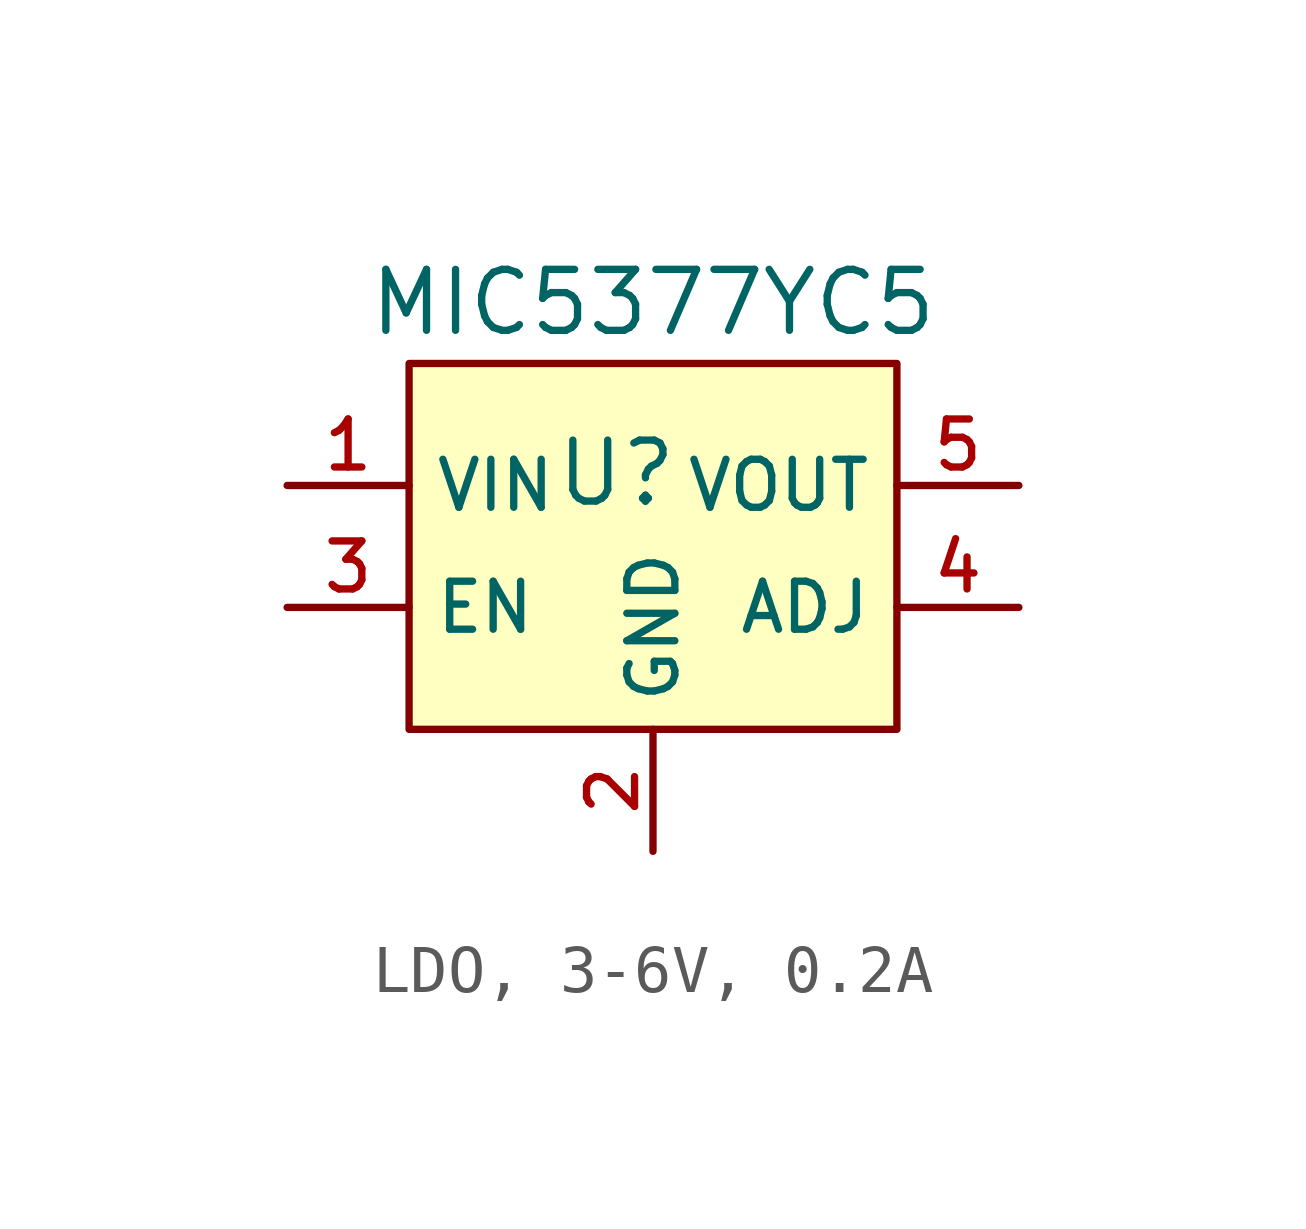
<source format=kicad_sym>
(kicad_symbol_lib
  (version 20231120)
  (generator "CDFER_Archive_Tool")
  (generator_version "0.0")
  (symbol "LDO, 3-6V, 0.2A"
    (property "Reference" "U"
      (at -0.762 2.794 0)
      (effects (font (size 1.27 1.27))))
    (property "Value" "MIC5377YC5"
      (at 0 6.35 0)
      (effects (font (size 1.27 1.27))))
    (symbol "LDO, 3-6V, 0.2A_0_1"
      (rectangle (start -5.08 5.08) (end 5.08 -2.54) (stroke (width 0) (type default)) (fill (type background)))
      (pin unspecified line (at -7.62 2.54 0) (length 2.54) (name "VIN" (effects (font (size 1 1)))) (number "1" (effects (font (size 1 1)))))
      (pin unspecified line (at 0 -5.08 90) (length 2.54) (name "GND" (effects (font (size 1 1)))) (number "2" (effects (font (size 1 1)))))
      (pin unspecified line (at -7.62 0 0) (length 2.54) (name "EN" (effects (font (size 1 1)))) (number "3" (effects (font (size 1 1)))))
      (pin unspecified line (at 7.62 0 180) (length 2.54) (name "ADJ" (effects (font (size 1 1)))) (number "4" (effects (font (size 1 1)))))
      (pin unspecified line (at 7.62 2.54 180) (length 2.54) (name "VOUT" (effects (font (size 1 1)))) (number "5" (effects (font (size 1 1))))))))
</source>
